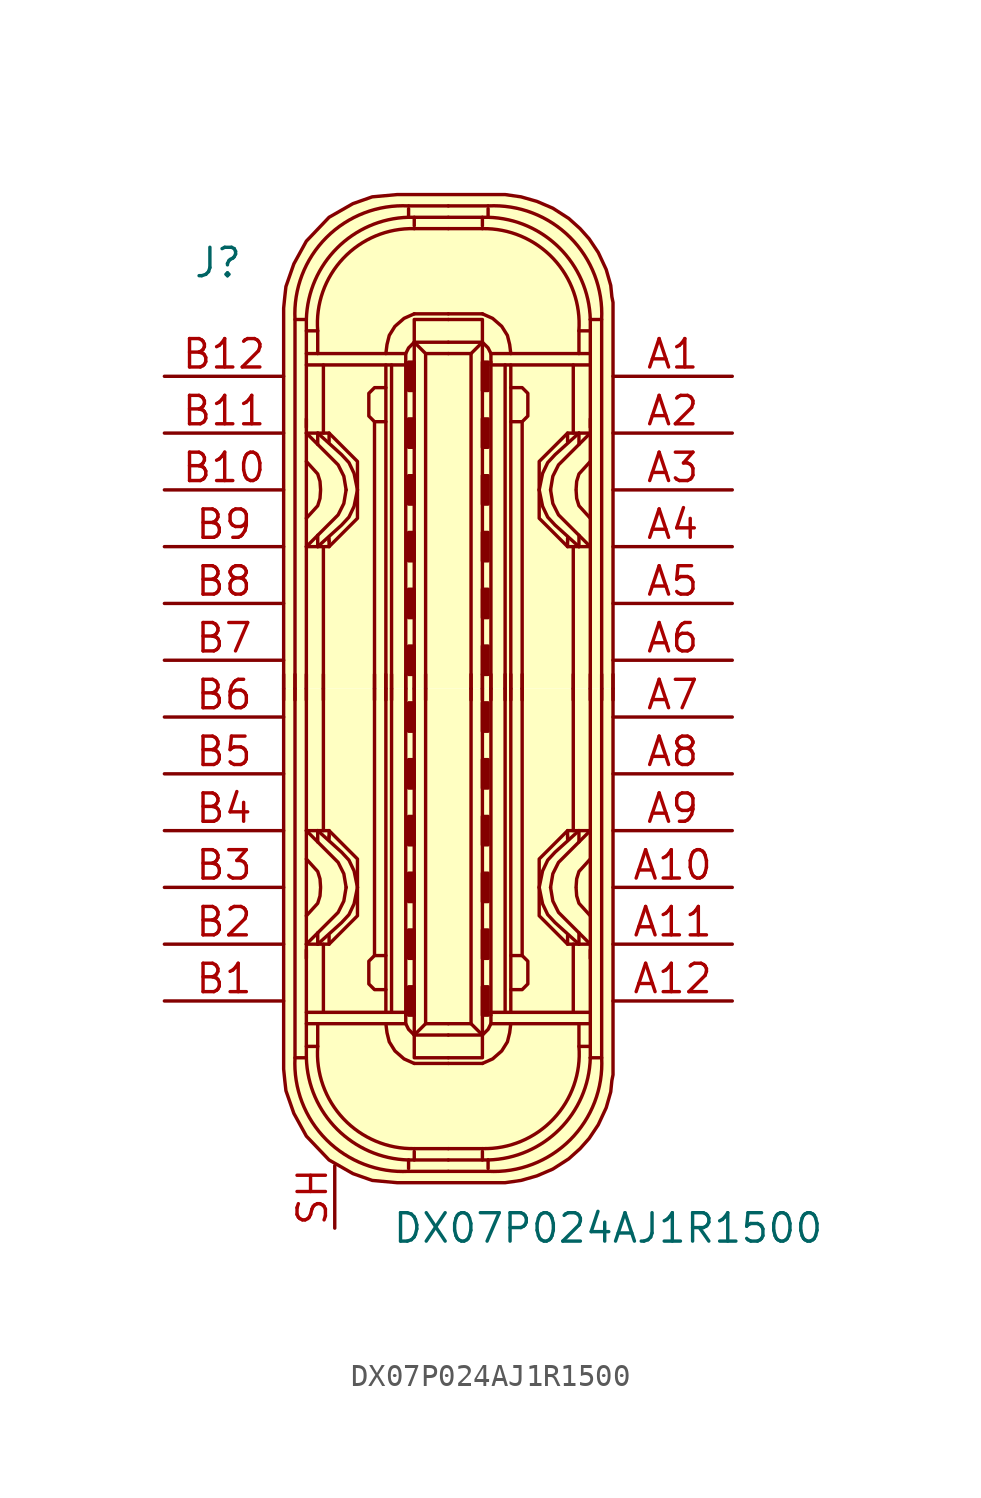
<source format=kicad_sym>
(kicad_symbol_lib
  (version 20201005)
  (generator kicad_symbol_editor)
  (symbol "DX07P024AJ1R1500"
    (pin_names
      (offset 1.016))
    (property "Reference" "J"
      (at -11.43 19.05 0)
      (effects (font (size 1.27 1.27)) (justify left)))
    (property "Value" "DX07P024AJ1R1500"
      (at -2.54 -24.13 0)
      (effects (font (size 1.27 1.27)) (justify left)))
    (symbol "DX07P024AJ1R1500_1_1"
      (arc (start -1.778 -21.59) (end -6.858 -16.51) (radius (at -2.032 -16.764) (length 4.826) (angles -87 177)) (stroke (width 0)) (fill (type none)))
      (arc (start -6.858 16.51) (end -1.778 21.59) (radius (at -2.032 16.764) (length 4.826) (angles -177 87)) (stroke (width 0)) (fill (type none)))
      (arc (start -6.35 -16.51) (end -1.778 -21.082) (radius (at -1.651 -16.383) (length 4.699) (angles -178.5 -91.5)) (stroke (width 0)) (fill (type none)))
      (arc (start -1.778 21.082) (end -6.35 16.51) (radius (at -1.651 16.383) (length 4.699) (angles 91.5 178.5)) (stroke (width 0)) (fill (type none)))
      (arc (start -5.842 -16.002) (end -1.524 -20.574) (radius (at -1.6002 -16.3322) (length 4.2672) (angles 175.5 -89)) (stroke (width 0)) (fill (type none)))
      (arc (start -1.524 20.574) (end -5.842 16.002) (radius (at -1.6002 16.3322) (length 4.2672) (angles 89 -175.5)) (stroke (width 0)) (fill (type none)))
      (arc (start 1.524 -20.574) (end 5.842 -16.002) (radius (at 1.6002 -16.3322) (length 4.2672) (angles -91 4.5)) (stroke (width 0)) (fill (type none)))
      (arc (start 5.842 16.002) (end 1.524 20.574) (radius (at 1.6002 16.3322) (length 4.2672) (angles -4.5 91)) (stroke (width 0)) (fill (type none)))
      (arc (start 1.778 -21.082) (end 6.35 -16.51) (radius (at 1.651 -16.383) (length 4.699) (angles -88.5 -1.5)) (stroke (width 0)) (fill (type none)))
      (arc (start 6.35 16.51) (end 1.778 21.082) (radius (at 1.651 16.383) (length 4.699) (angles 1.5 88.5)) (stroke (width 0)) (fill (type none)))
      (arc (start 6.858 -16.51) (end 1.778 -21.59) (radius (at 2.032 -16.764) (length 4.826) (angles 3 -93)) (stroke (width 0)) (fill (type none)))
      (arc (start 1.778 21.59) (end 6.858 16.51) (radius (at 2.032 16.764) (length 4.826) (angles 93 -3)) (stroke (width 0)) (fill (type none)))
      (rectangle (start -1.778 -14.605) (end -1.524 -13.335) (stroke (width 0)) (fill (type outline)))
      (rectangle (start -1.778 -12.065) (end -1.524 -10.795) (stroke (width 0)) (fill (type outline)))
      (rectangle (start -1.778 -9.525) (end -1.524 -8.255) (stroke (width 0)) (fill (type outline)))
      (rectangle (start -1.778 -6.985) (end -1.524 -5.715) (stroke (width 0)) (fill (type outline)))
      (rectangle (start -1.778 -4.445) (end -1.524 -3.175) (stroke (width 0)) (fill (type outline)))
      (rectangle (start -1.778 -1.905) (end -1.524 -0.635) (stroke (width 0)) (fill (type outline)))
      (rectangle (start -1.778 1.905) (end -1.524 0.635) (stroke (width 0)) (fill (type outline)))
      (rectangle (start -1.778 4.445) (end -1.524 3.175) (stroke (width 0)) (fill (type outline)))
      (rectangle (start -1.778 6.985) (end -1.524 5.715) (stroke (width 0)) (fill (type outline)))
      (rectangle (start -1.778 9.525) (end -1.524 8.255) (stroke (width 0)) (fill (type outline)))
      (rectangle (start -1.778 12.065) (end -1.524 10.795) (stroke (width 0)) (fill (type outline)))
      (rectangle (start -1.778 14.605) (end -1.524 13.335) (stroke (width 0)) (fill (type outline)))
      (rectangle (start 1.778 -14.605) (end 1.524 -13.335) (stroke (width 0)) (fill (type outline)))
      (rectangle (start 1.778 -12.065) (end 1.524 -10.795) (stroke (width 0)) (fill (type outline)))
      (rectangle (start 1.778 -9.525) (end 1.524 -8.255) (stroke (width 0)) (fill (type outline)))
      (rectangle (start 1.778 -6.985) (end 1.524 -5.715) (stroke (width 0)) (fill (type outline)))
      (rectangle (start 1.778 -4.445) (end 1.524 -3.175) (stroke (width 0)) (fill (type outline)))
      (rectangle (start 1.778 -1.905) (end 1.524 -0.635) (stroke (width 0)) (fill (type outline)))
      (rectangle (start 1.778 1.905) (end 1.524 0.635) (stroke (width 0)) (fill (type outline)))
      (rectangle (start 1.778 4.445) (end 1.524 3.175) (stroke (width 0)) (fill (type outline)))
      (rectangle (start 1.778 6.985) (end 1.524 5.715) (stroke (width 0)) (fill (type outline)))
      (rectangle (start 1.778 9.525) (end 1.524 8.255) (stroke (width 0)) (fill (type outline)))
      (rectangle (start 1.778 12.065) (end 1.524 10.795) (stroke (width 0)) (fill (type outline)))
      (rectangle (start 1.778 14.605) (end 1.524 13.335) (stroke (width 0)) (fill (type outline)))
      (polyline (pts (xy -7.366 -0.508) (xy -7.366 0.635)) (stroke (width 0)) (fill (type none)))
      (polyline (pts (xy -6.858 -0.508) (xy -6.858 0.635)) (stroke (width 0)) (fill (type none)))
      (polyline (pts (xy -6.35 -14.986) (xy -1.905 -14.986)) (stroke (width 0)) (fill (type none)))
      (polyline (pts (xy -6.35 -12.065) (xy -6.35 0)) (stroke (width 0)) (fill (type none)))
      (polyline (pts (xy -6.35 -0.508) (xy -6.35 0.635)) (stroke (width 0)) (fill (type none)))
      (polyline (pts (xy -6.35 12.065) (xy -6.35 0)) (stroke (width 0)) (fill (type none)))
      (polyline (pts (xy -6.35 14.986) (xy -1.905 14.986)) (stroke (width 0)) (fill (type none)))
      (polyline (pts (xy -5.842 -11.43) (xy -5.842 -10.922)) (stroke (width 0)) (fill (type none)))
      (polyline (pts (xy -5.842 -6.35) (xy -5.842 -6.858)) (stroke (width 0)) (fill (type none)))
      (polyline (pts (xy -5.842 6.35) (xy -5.842 6.858)) (stroke (width 0)) (fill (type none)))
      (polyline (pts (xy -5.842 11.43) (xy -5.842 10.922)) (stroke (width 0)) (fill (type none)))
      (polyline (pts (xy -5.588 -14.478) (xy -5.588 -11.43)) (stroke (width 0)) (fill (type none)))
      (polyline (pts (xy -5.588 -6.35) (xy -5.588 0)) (stroke (width 0)) (fill (type none)))
      (polyline (pts (xy -5.588 -0.508) (xy -5.588 0.635)) (stroke (width 0)) (fill (type none)))
      (polyline (pts (xy -5.588 6.35) (xy -5.588 0)) (stroke (width 0)) (fill (type none)))
      (polyline (pts (xy -5.588 14.478) (xy -5.588 11.43)) (stroke (width 0)) (fill (type none)))
      (polyline (pts (xy -5.334 -11.43) (xy -5.334 -11.049)) (stroke (width 0)) (fill (type none)))
      (polyline (pts (xy -5.334 -6.604) (xy -5.334 -6.731)) (stroke (width 0)) (fill (type none)))
      (polyline (pts (xy -5.334 -6.35) (xy -5.334 -6.604)) (stroke (width 0)) (fill (type none)))
      (polyline (pts (xy -5.334 6.35) (xy -5.334 6.604)) (stroke (width 0)) (fill (type none)))
      (polyline (pts (xy -5.334 6.604) (xy -5.334 6.731)) (stroke (width 0)) (fill (type none)))
      (polyline (pts (xy -5.334 11.43) (xy -5.334 11.049)) (stroke (width 0)) (fill (type none)))
      (polyline (pts (xy -3.302 -0.508) (xy -3.302 0.635)) (stroke (width 0)) (fill (type none)))
      (polyline (pts (xy -3.302 0) (xy -3.302 -11.938)) (stroke (width 0)) (fill (type none)))
      (polyline (pts (xy -3.302 0) (xy -3.302 11.938)) (stroke (width 0)) (fill (type none)))
      (polyline (pts (xy -2.794 -0.508) (xy -2.794 0.635)) (stroke (width 0)) (fill (type none)))
      (polyline (pts (xy -2.794 0) (xy -2.794 -14.478)) (stroke (width 0)) (fill (type none)))
      (polyline (pts (xy -2.794 0) (xy -2.794 14.478)) (stroke (width 0)) (fill (type none)))
      (polyline (pts (xy -2.54 -14.478) (xy -2.54 0)) (stroke (width 0)) (fill (type none)))
      (polyline (pts (xy -2.54 -0.508) (xy -2.54 0.635)) (stroke (width 0)) (fill (type none)))
      (polyline (pts (xy -2.54 14.478) (xy -2.54 0)) (stroke (width 0)) (fill (type none)))
      (polyline (pts (xy -1.905 -14.478) (xy -6.35 -14.478)) (stroke (width 0)) (fill (type none)))
      (polyline (pts (xy -1.905 -0.508) (xy -1.905 0.635)) (stroke (width 0)) (fill (type none)))
      (polyline (pts (xy -1.905 0) (xy -1.905 -14.605)) (stroke (width 0)) (fill (type none)))
      (polyline (pts (xy -1.905 0) (xy -1.905 14.605)) (stroke (width 0)) (fill (type none)))
      (polyline (pts (xy -1.905 14.478) (xy -6.35 14.478)) (stroke (width 0)) (fill (type none)))
      (polyline (pts (xy -1.778 -21.59) (xy 0 -21.59)) (stroke (width 0)) (fill (type background)))
      (polyline (pts (xy -1.778 -21.082) (xy -1.778 -21.463)) (stroke (width 0)) (fill (type none)))
      (polyline (pts (xy -1.778 -21.082) (xy 0 -21.082)) (stroke (width 0)) (fill (type none)))
      (polyline (pts (xy -1.778 21.082) (xy -1.778 21.463)) (stroke (width 0)) (fill (type none)))
      (polyline (pts (xy -1.778 21.082) (xy 0 21.082)) (stroke (width 0)) (fill (type none)))
      (polyline (pts (xy -1.778 21.59) (xy 0 21.59)) (stroke (width 0)) (fill (type background)))
      (polyline (pts (xy -1.524 -20.701) (xy -1.524 -21.082)) (stroke (width 0)) (fill (type none)))
      (polyline (pts (xy -1.524 -20.574) (xy 0 -20.574)) (stroke (width 0)) (fill (type none)))
      (polyline (pts (xy -1.524 -0.508) (xy -1.524 0.635)) (stroke (width 0)) (fill (type none)))
      (polyline (pts (xy -1.524 20.574) (xy 0 20.574)) (stroke (width 0)) (fill (type none)))
      (polyline (pts (xy -1.524 20.701) (xy -1.524 21.082)) (stroke (width 0)) (fill (type none)))
      (polyline (pts (xy -1.016 -14.986) (xy -1.524 -15.494)) (stroke (width 0)) (fill (type none)))
      (polyline (pts (xy -1.016 -0.508) (xy -1.016 0.635)) (stroke (width 0)) (fill (type none)))
      (polyline (pts (xy -1.016 14.986) (xy -1.524 15.494)) (stroke (width 0)) (fill (type none)))
      (polyline (pts (xy 0 -16.764) (xy -1.524 -16.764)) (stroke (width 0)) (fill (type none)))
      (polyline (pts (xy 0 -16.764) (xy 1.524 -16.764)) (stroke (width 0)) (fill (type none)))
      (polyline (pts (xy 0 16.764) (xy -1.524 16.764)) (stroke (width 0)) (fill (type none)))
      (polyline (pts (xy 0 16.764) (xy 1.524 16.764)) (stroke (width 0)) (fill (type none)))
      (polyline (pts (xy 1.016 -14.986) (xy 1.524 -15.494)) (stroke (width 0)) (fill (type none)))
      (polyline (pts (xy 1.016 -0.508) (xy 1.016 0.635)) (stroke (width 0)) (fill (type none)))
      (polyline (pts (xy 1.016 14.986) (xy 1.524 15.494)) (stroke (width 0)) (fill (type none)))
      (polyline (pts (xy 1.524 -20.701) (xy 1.524 -21.082)) (stroke (width 0)) (fill (type none)))
      (polyline (pts (xy 1.524 -20.574) (xy 0 -20.574)) (stroke (width 0)) (fill (type none)))
      (polyline (pts (xy 1.524 -0.508) (xy 1.524 0.635)) (stroke (width 0)) (fill (type none)))
      (polyline (pts (xy 1.524 20.574) (xy 0 20.574)) (stroke (width 0)) (fill (type none)))
      (polyline (pts (xy 1.524 20.701) (xy 1.524 21.082)) (stroke (width 0)) (fill (type none)))
      (polyline (pts (xy 1.778 -21.59) (xy 0 -21.59)) (stroke (width 0)) (fill (type background)))
      (polyline (pts (xy 1.778 -21.082) (xy 0 -21.082)) (stroke (width 0)) (fill (type none)))
      (polyline (pts (xy 1.778 -21.082) (xy 1.778 -21.463)) (stroke (width 0)) (fill (type none)))
      (polyline (pts (xy 1.778 21.082) (xy 0 21.082)) (stroke (width 0)) (fill (type none)))
      (polyline (pts (xy 1.778 21.082) (xy 1.778 21.463)) (stroke (width 0)) (fill (type none)))
      (polyline (pts (xy 1.778 21.59) (xy 0 21.59)) (stroke (width 0)) (fill (type background)))
      (polyline (pts (xy 1.905 -14.478) (xy 6.35 -14.478)) (stroke (width 0)) (fill (type none)))
      (polyline (pts (xy 1.905 -0.508) (xy 1.905 0.635)) (stroke (width 0)) (fill (type none)))
      (polyline (pts (xy 1.905 0) (xy 1.905 -14.605)) (stroke (width 0)) (fill (type none)))
      (polyline (pts (xy 1.905 0) (xy 1.905 14.605)) (stroke (width 0)) (fill (type none)))
      (polyline (pts (xy 1.905 14.478) (xy 6.35 14.478)) (stroke (width 0)) (fill (type none)))
      (polyline (pts (xy 2.54 -14.478) (xy 2.54 0)) (stroke (width 0)) (fill (type none)))
      (polyline (pts (xy 2.54 -0.508) (xy 2.54 0.635)) (stroke (width 0)) (fill (type none)))
      (polyline (pts (xy 2.54 14.478) (xy 2.54 0)) (stroke (width 0)) (fill (type none)))
      (polyline (pts (xy 2.794 -0.508) (xy 2.794 0.635)) (stroke (width 0)) (fill (type none)))
      (polyline (pts (xy 2.794 0) (xy 2.794 -14.478)) (stroke (width 0)) (fill (type none)))
      (polyline (pts (xy 2.794 0) (xy 2.794 14.478)) (stroke (width 0)) (fill (type none)))
      (polyline (pts (xy 3.302 -0.508) (xy 3.302 0.635)) (stroke (width 0)) (fill (type none)))
      (polyline (pts (xy 3.302 0) (xy 3.302 -11.938)) (stroke (width 0)) (fill (type none)))
      (polyline (pts (xy 3.302 0) (xy 3.302 11.938)) (stroke (width 0)) (fill (type none)))
      (polyline (pts (xy 5.334 -11.43) (xy 5.334 -11.049)) (stroke (width 0)) (fill (type none)))
      (polyline (pts (xy 5.334 -6.604) (xy 5.334 -6.731)) (stroke (width 0)) (fill (type none)))
      (polyline (pts (xy 5.334 -6.35) (xy 5.334 -6.604)) (stroke (width 0)) (fill (type none)))
      (polyline (pts (xy 5.334 6.35) (xy 5.334 6.604)) (stroke (width 0)) (fill (type none)))
      (polyline (pts (xy 5.334 6.604) (xy 5.334 6.731)) (stroke (width 0)) (fill (type none)))
      (polyline (pts (xy 5.334 11.43) (xy 5.334 11.049)) (stroke (width 0)) (fill (type none)))
      (polyline (pts (xy 5.588 -14.478) (xy 5.588 -11.43)) (stroke (width 0)) (fill (type none)))
      (polyline (pts (xy 5.588 -6.35) (xy 5.588 0)) (stroke (width 0)) (fill (type none)))
      (polyline (pts (xy 5.588 -0.508) (xy 5.588 0.635)) (stroke (width 0)) (fill (type none)))
      (polyline (pts (xy 5.588 6.35) (xy 5.588 0)) (stroke (width 0)) (fill (type none)))
      (polyline (pts (xy 5.588 14.478) (xy 5.588 11.43)) (stroke (width 0)) (fill (type none)))
      (polyline (pts (xy 5.842 -11.43) (xy 5.842 -10.922)) (stroke (width 0)) (fill (type none)))
      (polyline (pts (xy 5.842 -6.35) (xy 5.842 -6.858)) (stroke (width 0)) (fill (type none)))
      (polyline (pts (xy 5.842 6.35) (xy 5.842 6.858)) (stroke (width 0)) (fill (type none)))
      (polyline (pts (xy 5.842 11.43) (xy 5.842 10.922)) (stroke (width 0)) (fill (type none)))
      (polyline (pts (xy 6.35 -14.986) (xy 1.905 -14.986)) (stroke (width 0)) (fill (type none)))
      (polyline (pts (xy 6.35 -12.065) (xy 6.35 0)) (stroke (width 0)) (fill (type none)))
      (polyline (pts (xy 6.35 -0.508) (xy 6.35 0.635)) (stroke (width 0)) (fill (type none)))
      (polyline (pts (xy 6.35 12.065) (xy 6.35 0)) (stroke (width 0)) (fill (type none)))
      (polyline (pts (xy 6.35 14.986) (xy 1.905 14.986)) (stroke (width 0)) (fill (type none)))
      (polyline (pts (xy 6.858 -0.508) (xy 6.858 0.635)) (stroke (width 0)) (fill (type none)))
      (polyline (pts (xy 7.366 -0.508) (xy 7.366 0.635)) (stroke (width 0)) (fill (type none)))
      (polyline (pts (xy -6.35 -16.51) (xy -6.858 -16.51) (xy -6.858 0)) (stroke (width 0)) (fill (type none)))
      (polyline (pts (xy -6.35 -11.684) (xy -6.35 -15.875) (xy -6.35 -16.51)) (stroke (width 0)) (fill (type none)))
      (polyline (pts (xy -6.35 11.684) (xy -6.35 15.875) (xy -6.35 16.51)) (stroke (width 0)) (fill (type none)))
      (polyline (pts (xy -6.35 16.51) (xy -6.858 16.51) (xy -6.858 0)) (stroke (width 0)) (fill (type none)))
      (polyline (pts (xy -5.842 -14.986) (xy -5.842 -16.002) (xy -6.35 -16.002)) (stroke (width 0)) (fill (type none)))
      (polyline (pts (xy -5.842 14.986) (xy -5.842 16.002) (xy -6.35 16.002)) (stroke (width 0)) (fill (type none)))
      (polyline (pts (xy -1.524 0) (xy -1.524 -15.494) (xy 0 -15.494)) (stroke (width 0)) (fill (type none)))
      (polyline (pts (xy -1.524 0) (xy -1.524 15.494) (xy 0 15.494)) (stroke (width 0)) (fill (type none)))
      (polyline (pts (xy -1.016 0) (xy -1.016 -14.986) (xy 0 -14.986)) (stroke (width 0)) (fill (type none)))
      (polyline (pts (xy -1.016 0) (xy -1.016 14.986) (xy 0 14.986)) (stroke (width 0)) (fill (type none)))
      (polyline (pts (xy 1.016 0) (xy 1.016 -14.986) (xy 0 -14.986)) (stroke (width 0)) (fill (type none)))
      (polyline (pts (xy 1.016 0) (xy 1.016 14.986) (xy 0 14.986)) (stroke (width 0)) (fill (type none)))
      (polyline (pts (xy 1.524 0) (xy 1.524 -15.494) (xy 0 -15.494)) (stroke (width 0)) (fill (type none)))
      (polyline (pts (xy 1.524 0) (xy 1.524 15.494) (xy 0 15.494)) (stroke (width 0)) (fill (type none)))
      (polyline (pts (xy 5.842 -14.986) (xy 5.842 -16.002) (xy 6.35 -16.002)) (stroke (width 0)) (fill (type none)))
      (polyline (pts (xy 5.842 14.986) (xy 5.842 16.002) (xy 6.35 16.002)) (stroke (width 0)) (fill (type none)))
      (polyline (pts (xy 6.35 -16.51) (xy 6.858 -16.51) (xy 6.858 0)) (stroke (width 0)) (fill (type none)))
      (polyline (pts (xy 6.35 -11.684) (xy 6.35 -15.875) (xy 6.35 -16.51)) (stroke (width 0)) (fill (type none)))
      (polyline (pts (xy 6.35 11.684) (xy 6.35 15.875) (xy 6.35 16.51)) (stroke (width 0)) (fill (type none)))
      (polyline (pts (xy 6.35 16.51) (xy 6.858 16.51) (xy 6.858 0)) (stroke (width 0)) (fill (type none)))
      (polyline (pts (xy -6.35 -11.43) (xy -4.928 -10.008) (xy -4.674 -9.5) (xy -4.572 -8.89)) (stroke (width 0)) (fill (type none)))
      (polyline (pts (xy -6.35 -10.16) (xy -5.842 -9.601) (xy -5.74 -9.271) (xy -5.715 -8.915)) (stroke (width 0)) (fill (type none)))
      (polyline (pts (xy -6.35 -7.62) (xy -5.842 -8.179) (xy -5.74 -8.509) (xy -5.715 -8.865)) (stroke (width 0)) (fill (type none)))
      (polyline (pts (xy -6.35 -6.35) (xy -4.928 -7.772) (xy -4.674 -8.28) (xy -4.572 -8.89)) (stroke (width 0)) (fill (type none)))
      (polyline (pts (xy -6.35 6.35) (xy -4.928 7.772) (xy -4.674 8.28) (xy -4.572 8.89)) (stroke (width 0)) (fill (type none)))
      (polyline (pts (xy -6.35 7.62) (xy -5.842 8.179) (xy -5.74 8.509) (xy -5.715 8.865)) (stroke (width 0)) (fill (type none)))
      (polyline (pts (xy -6.35 10.16) (xy -5.842 9.601) (xy -5.74 9.271) (xy -5.715 8.915)) (stroke (width 0)) (fill (type none)))
      (polyline (pts (xy -6.35 11.43) (xy -4.928 10.008) (xy -4.674 9.5) (xy -4.572 8.89)) (stroke (width 0)) (fill (type none)))
      (polyline (pts (xy -1.905 -14.605) (xy -1.905 -14.986) (xy -1.778 -15.24) (xy -1.524 -15.494)) (stroke (width 0)) (fill (type none)))
      (polyline (pts (xy -1.905 14.605) (xy -1.905 14.986) (xy -1.778 15.24) (xy -1.524 15.494)) (stroke (width 0)) (fill (type none)))
      (polyline (pts (xy 0 -16.51) (xy -1.397 -16.51) (xy -1.524 -16.51) (xy -1.524 -15.494)) (stroke (width 0)) (fill (type none)))
      (polyline (pts (xy 0 -16.51) (xy 1.397 -16.51) (xy 1.524 -16.51) (xy 1.524 -15.494)) (stroke (width 0)) (fill (type none)))
      (polyline (pts (xy 0 16.51) (xy -1.397 16.51) (xy -1.524 16.51) (xy -1.524 15.494)) (stroke (width 0)) (fill (type none)))
      (polyline (pts (xy 0 16.51) (xy 1.397 16.51) (xy 1.524 16.51) (xy 1.524 15.494)) (stroke (width 0)) (fill (type none)))
      (polyline (pts (xy 1.905 -14.605) (xy 1.905 -14.986) (xy 1.778 -15.24) (xy 1.524 -15.494)) (stroke (width 0)) (fill (type none)))
      (polyline (pts (xy 1.905 14.605) (xy 1.905 14.986) (xy 1.778 15.24) (xy 1.524 15.494)) (stroke (width 0)) (fill (type none)))
      (polyline (pts (xy 6.35 -11.43) (xy 4.928 -10.008) (xy 4.674 -9.5) (xy 4.572 -8.89)) (stroke (width 0)) (fill (type none)))
      (polyline (pts (xy 6.35 -10.16) (xy 5.842 -9.601) (xy 5.74 -9.271) (xy 5.715 -8.915)) (stroke (width 0)) (fill (type none)))
      (polyline (pts (xy 6.35 -7.62) (xy 5.842 -8.179) (xy 5.74 -8.509) (xy 5.715 -8.865)) (stroke (width 0)) (fill (type none)))
      (polyline (pts (xy 6.35 -6.35) (xy 4.928 -7.772) (xy 4.674 -8.28) (xy 4.572 -8.89)) (stroke (width 0)) (fill (type none)))
      (polyline (pts (xy 6.35 6.35) (xy 4.928 7.772) (xy 4.674 8.28) (xy 4.572 8.89)) (stroke (width 0)) (fill (type none)))
      (polyline (pts (xy 6.35 7.62) (xy 5.842 8.179) (xy 5.74 8.509) (xy 5.715 8.865)) (stroke (width 0)) (fill (type none)))
      (polyline (pts (xy 6.35 10.16) (xy 5.842 9.601) (xy 5.74 9.271) (xy 5.715 8.915)) (stroke (width 0)) (fill (type none)))
      (polyline (pts (xy 6.35 11.43) (xy 4.928 10.008) (xy 4.674 9.5) (xy 4.572 8.89)) (stroke (width 0)) (fill (type none)))
      (polyline (pts (xy -5.842 -11.43) (xy -4.775 -10.465) (xy -4.445 -10.109) (xy -4.216 -9.627) (xy -4.064 -8.89)) (stroke (width 0)) (fill (type none)))
      (polyline (pts (xy -5.842 -6.35) (xy -4.775 -7.315) (xy -4.445 -7.671) (xy -4.216 -8.153) (xy -4.064 -8.89)) (stroke (width 0)) (fill (type none)))
      (polyline (pts (xy -5.842 6.35) (xy -4.775 7.315) (xy -4.445 7.671) (xy -4.216 8.153) (xy -4.064 8.89)) (stroke (width 0)) (fill (type none)))
      (polyline (pts (xy -5.842 11.43) (xy -4.775 10.465) (xy -4.445 10.109) (xy -4.216 9.627) (xy -4.064 8.89)) (stroke (width 0)) (fill (type none)))
      (polyline (pts (xy 5.842 -11.43) (xy 4.775 -10.465) (xy 4.445 -10.109) (xy 4.216 -9.627) (xy 4.064 -8.89)) (stroke (width 0)) (fill (type none)))
      (polyline (pts (xy 5.842 -6.35) (xy 4.775 -7.315) (xy 4.445 -7.671) (xy 4.216 -8.153) (xy 4.064 -8.89)) (stroke (width 0)) (fill (type none)))
      (polyline (pts (xy 5.842 6.35) (xy 4.775 7.315) (xy 4.445 7.671) (xy 4.216 8.153) (xy 4.064 8.89)) (stroke (width 0)) (fill (type none)))
      (polyline (pts (xy 5.842 11.43) (xy 4.775 10.465) (xy 4.445 10.109) (xy 4.216 9.627) (xy 4.064 8.89)) (stroke (width 0)) (fill (type none)))
      (polyline (pts (xy -6.35 -11.43) (xy -5.334 -11.43) (xy -4.064 -10.16) (xy -4.064 -7.62) (xy -5.334 -6.35) (xy -6.35 -6.35)) (stroke (width 0)) (fill (type none)))
      (polyline (pts (xy -6.35 11.43) (xy -5.334 11.43) (xy -4.064 10.16) (xy -4.064 7.62) (xy -5.334 6.35) (xy -6.35 6.35)) (stroke (width 0)) (fill (type none)))
      (polyline (pts (xy -2.794 -14.986) (xy -2.743 -15.392) (xy -2.642 -15.799) (xy -2.388 -16.205) (xy -1.981 -16.561) (xy -1.524 -16.764)) (stroke (width 0)) (fill (type none)))
      (polyline (pts (xy -2.794 -13.462) (xy -3.302 -13.462) (xy -3.556 -13.208) (xy -3.556 -12.192) (xy -3.302 -11.938) (xy -2.794 -11.938)) (stroke (width 0)) (fill (type none)))
      (polyline (pts (xy -2.794 13.462) (xy -3.302 13.462) (xy -3.556 13.208) (xy -3.556 12.192) (xy -3.302 11.938) (xy -2.794 11.938)) (stroke (width 0)) (fill (type none)))
      (polyline (pts (xy -2.794 14.986) (xy -2.743 15.392) (xy -2.642 15.799) (xy -2.388 16.205) (xy -1.981 16.561) (xy -1.524 16.764)) (stroke (width 0)) (fill (type none)))
      (polyline (pts (xy 2.794 -14.986) (xy 2.743 -15.392) (xy 2.642 -15.799) (xy 2.388 -16.205) (xy 1.981 -16.561) (xy 1.524 -16.764)) (stroke (width 0)) (fill (type none)))
      (polyline (pts (xy 2.794 -13.462) (xy 3.302 -13.462) (xy 3.556 -13.208) (xy 3.556 -12.192) (xy 3.302 -11.938) (xy 2.794 -11.938)) (stroke (width 0)) (fill (type none)))
      (polyline (pts (xy 2.794 13.462) (xy 3.302 13.462) (xy 3.556 13.208) (xy 3.556 12.192) (xy 3.302 11.938) (xy 2.794 11.938)) (stroke (width 0)) (fill (type none)))
      (polyline (pts (xy 2.794 14.986) (xy 2.743 15.392) (xy 2.642 15.799) (xy 2.388 16.205) (xy 1.981 16.561) (xy 1.524 16.764)) (stroke (width 0)) (fill (type none)))
      (polyline (pts (xy 6.35 -11.43) (xy 5.334 -11.43) (xy 4.064 -10.16) (xy 4.064 -7.62) (xy 5.334 -6.35) (xy 6.35 -6.35)) (stroke (width 0)) (fill (type none)))
      (polyline (pts (xy 6.35 11.43) (xy 5.334 11.43) (xy 4.064 10.16) (xy 4.064 7.62) (xy 5.334 6.35) (xy 6.35 6.35)) (stroke (width 0)) (fill (type none)))
      (polyline (pts (xy 7.366 0) (xy 7.366 -17.018) (xy 7.366 -17.272) (xy 7.315 -17.526) (xy 7.264 -18.034) (xy 7.061 -18.745) (xy 6.706 -19.507) (xy 6.299 -20.117) (xy 5.893 -20.574) (xy 5.385 -21.031) (xy 4.674 -21.488) (xy 3.962 -21.793) (xy 3.251 -21.996) (xy 2.54 -22.098) (xy -2.286 -22.098) (xy -3.404 -21.996) (xy -4.267 -21.692) (xy -5.334 -21.082) (xy -6.35 -20.015) (xy -6.909 -18.999) (xy -7.264 -17.983) (xy -7.315 -17.526) (xy -7.366 -17.018) (xy -7.366 0)) (stroke (width 0)) (fill (type background)))
      (polyline (pts (xy 7.366 0) (xy 7.366 17.018) (xy 7.366 17.272) (xy 7.315 17.526) (xy 7.264 18.034) (xy 7.061 18.745) (xy 6.706 19.507) (xy 6.299 20.117) (xy 5.893 20.574) (xy 5.385 21.031) (xy 4.674 21.488) (xy 3.962 21.793) (xy 3.251 21.996) (xy 2.54 22.098) (xy -2.286 22.098) (xy -3.404 21.996) (xy -4.267 21.692) (xy -5.334 21.082) (xy -6.35 20.015) (xy -6.909 18.999) (xy -7.264 17.983) (xy -7.315 17.526) (xy -7.366 17.018) (xy -7.366 0)) (stroke (width 0)) (fill (type background)))
      (pin passive line (at 12.7 13.97 180) (length 5.334) (name "~" (effects (font (size 1.27 1.27)))) (number "A1" (effects (font (size 1.27 1.27)))))
      (pin passive line (at 12.7 -8.89 180) (length 5.334) (name "~" (effects (font (size 1.27 1.27)))) (number "A10" (effects (font (size 1.27 1.27)))))
      (pin passive line (at 12.7 -11.43 180) (length 5.334) (name "~" (effects (font (size 1.27 1.27)))) (number "A11" (effects (font (size 1.27 1.27)))))
      (pin passive line (at 12.7 -13.97 180) (length 5.334) (name "~" (effects (font (size 1.27 1.27)))) (number "A12" (effects (font (size 1.27 1.27)))))
      (pin passive line (at 12.7 11.43 180) (length 5.334) (name "~" (effects (font (size 1.27 1.27)))) (number "A2" (effects (font (size 1.27 1.27)))))
      (pin passive line (at 12.7 8.89 180) (length 5.334) (name "~" (effects (font (size 1.27 1.27)))) (number "A3" (effects (font (size 1.27 1.27)))))
      (pin passive line (at 12.7 6.35 180) (length 5.334) (name "~" (effects (font (size 1.27 1.27)))) (number "A4" (effects (font (size 1.27 1.27)))))
      (pin passive line (at 12.7 3.81 180) (length 5.334) (name "~" (effects (font (size 1.27 1.27)))) (number "A5" (effects (font (size 1.27 1.27)))))
      (pin passive line (at 12.7 1.27 180) (length 5.334) (name "~" (effects (font (size 1.27 1.27)))) (number "A6" (effects (font (size 1.27 1.27)))))
      (pin passive line (at 12.7 -1.27 180) (length 5.334) (name "~" (effects (font (size 1.27 1.27)))) (number "A7" (effects (font (size 1.27 1.27)))))
      (pin passive line (at 12.7 -3.81 180) (length 5.334) (name "~" (effects (font (size 1.27 1.27)))) (number "A8" (effects (font (size 1.27 1.27)))))
      (pin passive line (at 12.7 -6.35 180) (length 5.334) (name "~" (effects (font (size 1.27 1.27)))) (number "A9" (effects (font (size 1.27 1.27)))))
      (pin passive line (at -12.7 -13.97 0) (length 5.334) (name "~" (effects (font (size 1.27 1.27)))) (number "B1" (effects (font (size 1.27 1.27)))))
      (pin passive line (at -12.7 8.89 0) (length 5.334) (name "~" (effects (font (size 1.27 1.27)))) (number "B10" (effects (font (size 1.27 1.27)))))
      (pin passive line (at -12.7 11.43 0) (length 5.334) (name "~" (effects (font (size 1.27 1.27)))) (number "B11" (effects (font (size 1.27 1.27)))))
      (pin passive line (at -12.7 13.97 0) (length 5.334) (name "~" (effects (font (size 1.27 1.27)))) (number "B12" (effects (font (size 1.27 1.27)))))
      (pin passive line (at -12.7 -11.43 0) (length 5.334) (name "~" (effects (font (size 1.27 1.27)))) (number "B2" (effects (font (size 1.27 1.27)))))
      (pin passive line (at -12.7 -8.89 0) (length 5.334) (name "~" (effects (font (size 1.27 1.27)))) (number "B3" (effects (font (size 1.27 1.27)))))
      (pin passive line (at -12.7 -6.35 0) (length 5.334) (name "~" (effects (font (size 1.27 1.27)))) (number "B4" (effects (font (size 1.27 1.27)))))
      (pin passive line (at -12.7 -3.81 0) (length 5.334) (name "~" (effects (font (size 1.27 1.27)))) (number "B5" (effects (font (size 1.27 1.27)))))
      (pin passive line (at -12.7 -1.27 0) (length 5.334) (name "~" (effects (font (size 1.27 1.27)))) (number "B6" (effects (font (size 1.27 1.27)))))
      (pin passive line (at -12.7 1.27 0) (length 5.334) (name "~" (effects (font (size 1.27 1.27)))) (number "B7" (effects (font (size 1.27 1.27)))))
      (pin passive line (at -12.7 3.81 0) (length 5.334) (name "~" (effects (font (size 1.27 1.27)))) (number "B8" (effects (font (size 1.27 1.27)))))
      (pin passive line (at -12.7 6.35 0) (length 5.334) (name "~" (effects (font (size 1.27 1.27)))) (number "B9" (effects (font (size 1.27 1.27)))))
      (pin input line (at -5.08 -24.13 90) (length 2.794) (name "~" (effects (font (size 1.27 1.27)))) (number "SH" (effects (font (size 1.27 1.27))))))))
</source>
